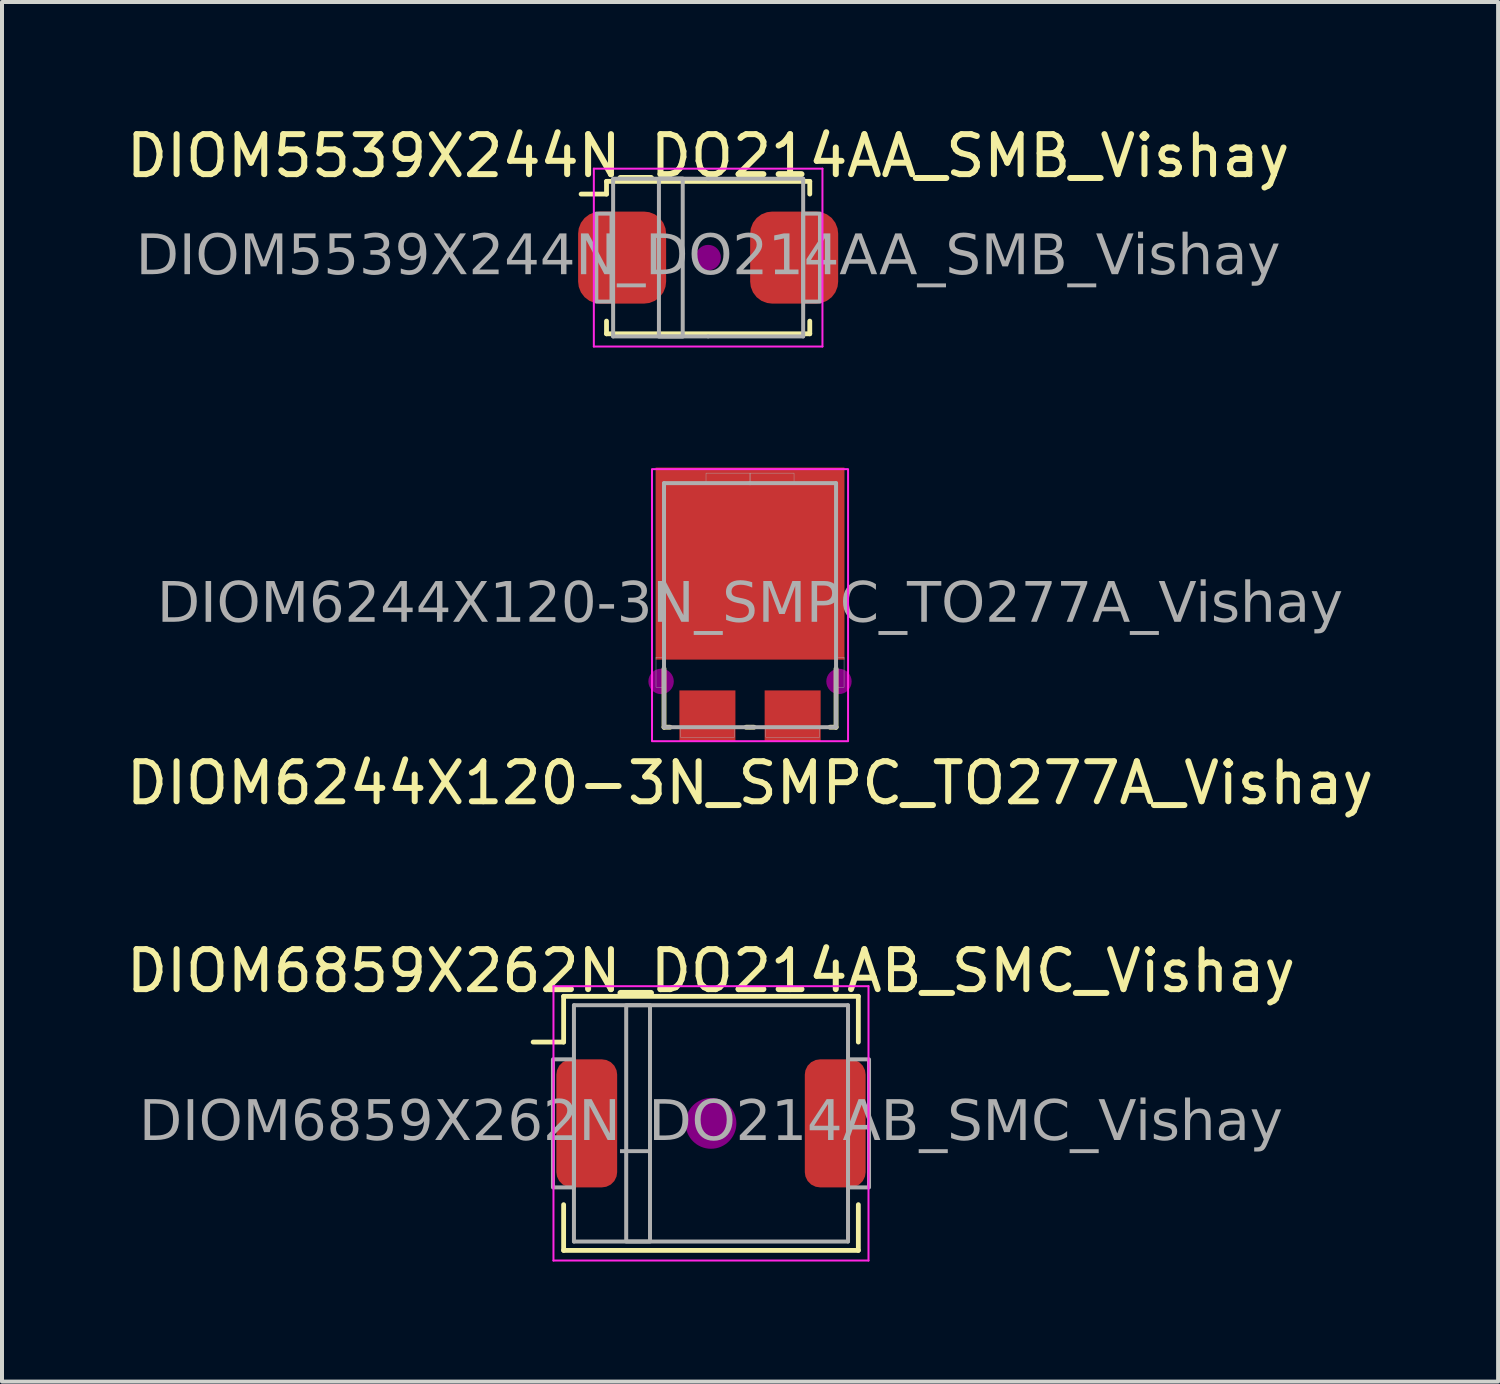
<source format=kicad_pcb>
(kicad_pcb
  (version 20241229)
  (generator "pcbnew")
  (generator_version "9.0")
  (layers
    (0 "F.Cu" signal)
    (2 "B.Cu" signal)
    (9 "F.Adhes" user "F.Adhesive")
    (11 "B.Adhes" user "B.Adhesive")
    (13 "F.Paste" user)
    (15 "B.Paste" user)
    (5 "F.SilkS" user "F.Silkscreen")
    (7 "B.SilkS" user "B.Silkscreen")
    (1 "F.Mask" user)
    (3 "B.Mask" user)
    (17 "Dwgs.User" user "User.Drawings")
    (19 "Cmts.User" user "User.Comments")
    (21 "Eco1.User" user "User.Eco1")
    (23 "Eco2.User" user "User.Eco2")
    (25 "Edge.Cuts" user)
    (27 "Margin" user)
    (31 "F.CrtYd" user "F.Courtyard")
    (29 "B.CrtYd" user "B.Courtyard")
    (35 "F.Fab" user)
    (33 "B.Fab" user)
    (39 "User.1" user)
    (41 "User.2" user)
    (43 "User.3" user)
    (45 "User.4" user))
  (footprint "DIOM6244X120-3N_SMPC_TO277A_Vishay"
    (layer "F.Cu")
    (at 15.696 12.076)
    (property "Reference" "DIOM6244X120-3N_SMPC_TO277A_Vishay" (at 0 4.445 0) (layer "F.SilkS") (effects (font (size 1 1) (thickness 0.15))))
    (attr smd)
    (fp_line (start -2.15 1.587) (end -2.15 3.05) (stroke (width 0.12) (type solid)) (layer "F.SilkS"))
    (fp_line (start -2 3.05) (end -2.15 3.05) (stroke (width 0.12) (type solid)) (layer "F.SilkS"))
    (fp_line (start 0.1 3.05) (end -0.1 3.05) (stroke (width 0.12) (type solid)) (layer "F.SilkS"))
    (fp_line (start 2 3.05) (end 2.15 3.05) (stroke (width 0.12) (type solid)) (layer "F.SilkS"))
    (fp_line (start 2.15 1.587) (end 2.15 3.05) (stroke (width 0.12) (type solid)) (layer "F.SilkS"))
    (fp_circle (center -2.223 1.905) (end -1.905 1.905) (stroke (width 0) (type solid)) (fill yes) (layer "F.Adhes"))
    (fp_circle (center 2.223 1.905) (end 2.54 1.905) (stroke (width 0) (type solid)) (fill yes) (layer "F.Adhes"))
    (fp_rect (start -2.45 -3.4) (end 2.45 3.4) (stroke (width 0.05) (type default)) (fill no) (layer "F.CrtYd"))
    (fp_line (start -2.15 -3.05) (end -2.15 0) (stroke (width 0.1) (type solid)) (layer "F.Fab"))
    (fp_line (start -2.15 3.05) (end -2.15 0) (stroke (width 0.1) (type solid)) (layer "F.Fab"))
    (fp_line (start 0 -3.05) (end -2.15 -3.05) (stroke (width 0.1) (type solid)) (layer "F.Fab"))
    (fp_line (start 0 -3.05) (end 2.15 -3.05) (stroke (width 0.1) (type solid)) (layer "F.Fab"))
    (fp_line (start 0 3.05) (end -2.15 3.05) (stroke (width 0.1) (type solid)) (layer "F.Fab"))
    (fp_line (start 0 3.05) (end 2.15 3.05) (stroke (width 0.1) (type solid)) (layer "F.Fab"))
    (fp_line (start 2.15 -3.05) (end 2.15 0) (stroke (width 0.1) (type solid)) (layer "F.Fab"))
    (fp_line (start 2.15 3.05) (end 2.15 0) (stroke (width 0.1) (type solid)) (layer "F.Fab"))
    (fp_rect (start -2.15 2.05) (end -2.35 1.3) (stroke (width 0.01) (type default)) (fill no) (layer "F.Fab"))
    (fp_rect (start -0.39 3.05) (end -1.74 3.3) (stroke (width 0.01) (type default)) (fill no) (layer "F.Fab"))
    (fp_rect (start 0 -3.3) (end -1.1 -3.05) (stroke (width 0.01) (type default)) (fill no) (layer "F.Fab"))
    (fp_rect (start 0 -3.3) (end 1.1 -3.05) (stroke (width 0.01) (type default)) (fill no) (layer "F.Fab"))
    (fp_rect (start 0.39 3.3) (end 1.74 3.05) (stroke (width 0.01) (type default)) (fill no) (layer "F.Fab"))
    (fp_rect (start 2.15 2.05) (end 2.35 1.3) (stroke (width 0.01) (type default)) (fill no) (layer "F.Fab"))
    (fp_text user "${REFERENCE}" (at 0 0 0) (layer "F.Fab") (effects (font (face "Tahoma") (size 1 1) (thickness 0.15))))
    (pad "1" smd rect (at 1.065 2.765) (size 1.4 1.27) (layers "F.Cu" "F.Mask" "F.Paste"))
    (pad "2" smd rect (at -1.065 2.765) (size 1.4 1.27) (layers "F.Cu" "F.Mask" "F.Paste"))
    (pad "K" smd rect (at 0 -1.04 90) (size 4.8 4.72) (layers "F.Cu" "F.Mask" "F.Paste")))
  (footprint "DIOM5539X244N_DO214AA_SMB_Vishay"
    (layer "F.Cu")
    (at 14.649 3.388)
    (property "Reference" "DIOM5539X244N_DO214AA_SMB_Vishay" (at 0 -2.54 0) (layer "F.SilkS") (effects (font (size 1 1) (thickness 0.15))))
    (attr smd)
    (fp_line (start -2.54 -1.587) (end -3.175 -1.587) (stroke (width 0.12) (type solid)) (layer "F.SilkS"))
    (fp_line (start -2.54 -1.587) (end -2.54 -1.905) (stroke (width 0.12) (type solid)) (layer "F.SilkS"))
    (fp_line (start -2.54 1.587) (end -2.54 1.905) (stroke (width 0.12) (type solid)) (layer "F.SilkS"))
    (fp_line (start 2.54 -1.905) (end -2.54 -1.905) (stroke (width 0.12) (type solid)) (layer "F.SilkS"))
    (fp_line (start 2.54 -1.587) (end 2.54 -1.905) (stroke (width 0.12) (type solid)) (layer "F.SilkS"))
    (fp_line (start 2.54 1.587) (end 2.54 1.905) (stroke (width 0.12) (type solid)) (layer "F.SilkS"))
    (fp_line (start 2.54 1.905) (end -2.54 1.905) (stroke (width 0.12) (type solid)) (layer "F.SilkS"))
    (fp_circle (center 0 0) (end 0.318 0) (stroke (width 0) (type solid)) (fill yes) (layer "F.Adhes"))
    (fp_line (start -2.857 -2.223) (end -2.857 2.223) (stroke (width 0.05) (type solid)) (layer "F.CrtYd"))
    (fp_line (start -2.857 -2.223) (end 2.857 -2.223) (stroke (width 0.05) (type solid)) (layer "F.CrtYd"))
    (fp_line (start -2.857 2.223) (end 2.857 2.223) (stroke (width 0.05) (type solid)) (layer "F.CrtYd"))
    (fp_line (start 2.857 -2.223) (end 2.857 2.223) (stroke (width 0.05) (type solid)) (layer "F.CrtYd"))
    (fp_line (start -2.375 1.97) (end -2.375 -1.97) (stroke (width 0.1) (type solid)) (layer "F.Fab"))
    (fp_line (start -2.375 1.97) (end 0 1.97) (stroke (width 0.1) (type solid)) (layer "F.Fab"))
    (fp_line (start 0 -1.97) (end -2.375 -1.97) (stroke (width 0.1) (type solid)) (layer "F.Fab"))
    (fp_line (start 0 1.97) (end 2.375 1.97) (stroke (width 0.1) (type solid)) (layer "F.Fab"))
    (fp_line (start 2.375 -1.97) (end 0 -1.97) (stroke (width 0.1) (type solid)) (layer "F.Fab"))
    (fp_line (start 2.375 -1.97) (end 2.375 1.97) (stroke (width 0.1) (type solid)) (layer "F.Fab"))
    (fp_rect (start -2.795 -1.1) (end -2.415 1.1) (stroke (width 0.1) (type solid)) (fill no) (layer "F.Fab"))
    (fp_rect (start -1.23 -1.975) (end -0.635 1.975) (stroke (width 0.1) (type solid)) (fill no) (layer "F.Fab"))
    (fp_rect (start 2.375 1.1) (end 2.795 -1.1) (stroke (width 0.1) (type solid)) (fill no) (layer "F.Fab"))
    (fp_text user "${REFERENCE}" (at 0 0 0) (layer "F.Fab") (effects (font (face "Tahoma") (size 1 1) (thickness 0.15))))
    (pad "1" smd roundrect (at -2.15 0) (size 2.2 2.3) (layers "F.Cu" "F.Mask" "F.Paste") (roundrect_rratio 0.25))
    (pad "2" smd roundrect (at 2.15 0) (size 2.2 2.3) (layers "F.Cu" "F.Mask" "F.Paste") (roundrect_rratio 0.25)))
  (footprint "DIOM6859X262N_DO214AB_SMC_Vishay"
    (layer "F.Cu")
    (at 14.72 25.027)
    (property "Reference" "DIOM6859X262N_DO214AB_SMC_Vishay" (at 0 -3.81 0) (layer "F.SilkS") (effects (font (size 1 1) (thickness 0.15))))
    (attr smd)
    (fp_line (start -3.683 -2.032) (end -4.445 -2.032) (stroke (width 0.12) (type solid)) (layer "F.SilkS"))
    (fp_line (start -3.683 -2.032) (end -3.683 -3.175) (stroke (width 0.12) (type solid)) (layer "F.SilkS"))
    (fp_line (start -3.683 2.032) (end -3.683 3.175) (stroke (width 0.12) (type solid)) (layer "F.SilkS"))
    (fp_line (start 3.683 -3.175) (end -3.683 -3.175) (stroke (width 0.12) (type solid)) (layer "F.SilkS"))
    (fp_line (start 3.683 -2.032) (end 3.683 -3.175) (stroke (width 0.12) (type solid)) (layer "F.SilkS"))
    (fp_line (start 3.683 2.032) (end 3.683 3.175) (stroke (width 0.12) (type solid)) (layer "F.SilkS"))
    (fp_line (start 3.683 3.175) (end -3.683 3.175) (stroke (width 0.12) (type solid)) (layer "F.SilkS"))
    (fp_circle (center 0 0) (end 0.635 0) (stroke (width 0) (type solid)) (fill yes) (layer "F.Adhes"))
    (fp_line (start -3.937 -3.429) (end -3.937 3.429) (stroke (width 0.05) (type solid)) (layer "F.CrtYd"))
    (fp_line (start -3.937 -3.429) (end 3.937 -3.429) (stroke (width 0.05) (type solid)) (layer "F.CrtYd"))
    (fp_line (start -3.937 3.429) (end 3.937 3.429) (stroke (width 0.05) (type solid)) (layer "F.CrtYd"))
    (fp_line (start 3.937 -3.429) (end 3.937 3.429) (stroke (width 0.05) (type solid)) (layer "F.CrtYd"))
    (fp_line (start -3.425 2.953) (end -3.425 -2.953) (stroke (width 0.1) (type solid)) (layer "F.Fab"))
    (fp_line (start -3.425 2.953) (end 3.425 2.953) (stroke (width 0.1) (type solid)) (layer "F.Fab"))
    (fp_line (start 3.425 -2.953) (end -3.425 -2.953) (stroke (width 0.1) (type solid)) (layer "F.Fab"))
    (fp_line (start 3.425 -2.953) (end 3.425 2.953) (stroke (width 0.1) (type solid)) (layer "F.Fab"))
    (fp_rect (start -3.95 -1.6) (end -3.425 1.6) (stroke (width 0.1) (type solid)) (fill no) (layer "F.Fab"))
    (fp_rect (start -2.119 -2.953) (end -1.524 2.953) (stroke (width 0.1) (type solid)) (fill no) (layer "F.Fab"))
    (fp_rect (start 3.425 1.6) (end 3.95 -1.6) (stroke (width 0.1) (type solid)) (fill no) (layer "F.Fab"))
    (fp_text user "${REFERENCE}" (at 0 0 0) (layer "F.Fab") (effects (font (face "Tahoma") (size 1 1) (thickness 0.15))))
    (pad "1" smd roundrect (at -3.105 0) (size 1.52 3.2) (layers "F.Cu" "F.Mask" "F.Paste") (roundrect_rratio 0.25))
    (pad "2" smd roundrect (at 3.105 0) (size 1.52 3.2) (layers "F.Cu" "F.Mask" "F.Paste") (roundrect_rratio 0.25)))
  (gr_rect
    (start -3 -3)
    (end 34.393 31.481)
    (stroke (width 0.1) (type default))
    (fill no)
    (layer "Edge.Cuts")))
</source>
